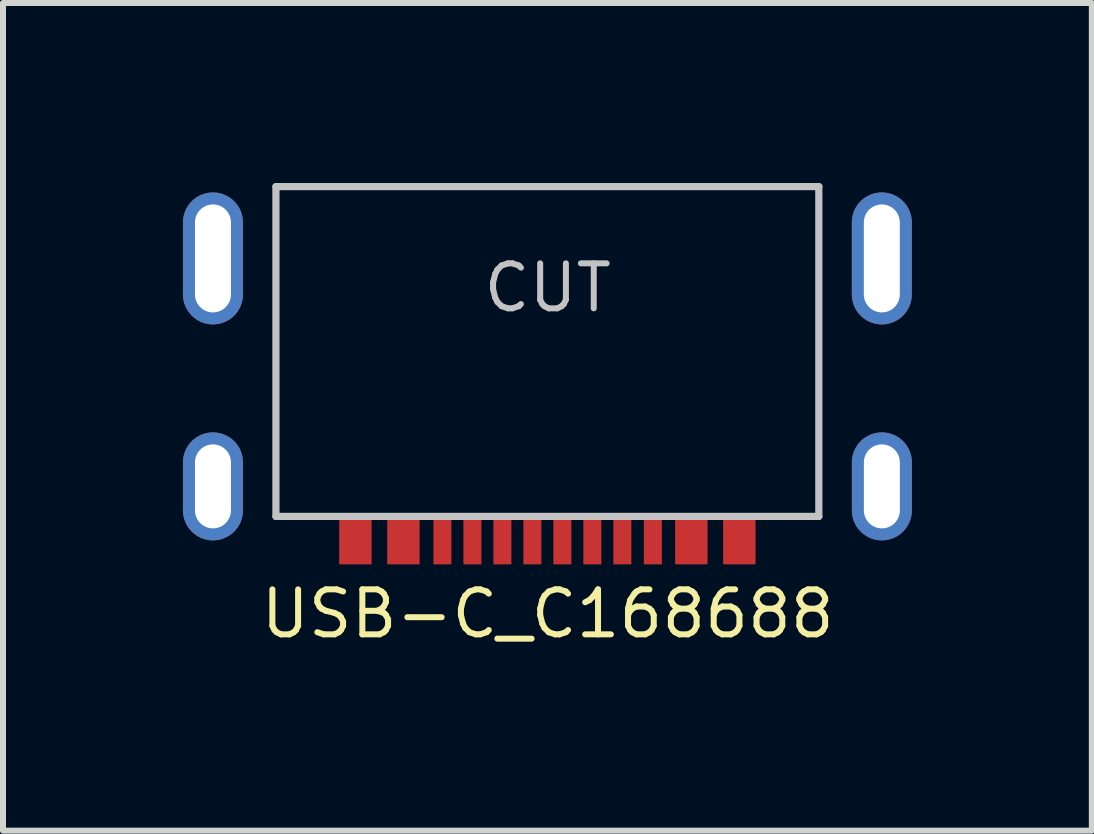
<source format=kicad_pcb>
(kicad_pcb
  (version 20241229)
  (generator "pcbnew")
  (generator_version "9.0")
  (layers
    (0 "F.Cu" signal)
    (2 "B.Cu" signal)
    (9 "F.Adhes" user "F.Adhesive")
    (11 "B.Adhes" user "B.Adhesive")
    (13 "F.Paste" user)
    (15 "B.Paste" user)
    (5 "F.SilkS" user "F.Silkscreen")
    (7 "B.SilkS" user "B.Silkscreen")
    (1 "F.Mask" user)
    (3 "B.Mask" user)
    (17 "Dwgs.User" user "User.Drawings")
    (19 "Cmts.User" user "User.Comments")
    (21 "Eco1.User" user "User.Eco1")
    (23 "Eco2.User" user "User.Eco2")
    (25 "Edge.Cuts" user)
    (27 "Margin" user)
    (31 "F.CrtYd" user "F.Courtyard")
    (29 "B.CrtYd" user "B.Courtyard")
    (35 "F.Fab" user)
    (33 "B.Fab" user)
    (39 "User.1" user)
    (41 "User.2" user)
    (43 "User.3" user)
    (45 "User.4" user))
  (footprint "USB-C_C168688"
    (layer "F.Cu")
    (at 6.08 5.558)
    (property "Reference" "USB-C_C168688" (at 0 1.625 0) (layer "F.SilkS") (effects (font (size 0.75 0.75) (thickness 0.1))))
    (attr through_hole)
    (fp_line (start -4.53 -5.497) (end -4.53 0) (stroke (width 0.12) (type solid)) (layer "Dwgs.User"))
    (fp_line (start -4.53 -5.497) (end 4.52 -5.497) (stroke (width 0.12) (type solid)) (layer "Dwgs.User"))
    (fp_line (start -4.53 0) (end 4.52 0) (stroke (width 0.12) (type solid)) (layer "Dwgs.User"))
    (fp_line (start 4.52 -5.497) (end 4.52 0) (stroke (width 0.12) (type solid)) (layer "Dwgs.User"))
    (fp_text user "CUT" (at 0 -3.81 0) (layer "Dwgs.User") (effects (font (size 0.75 0.75) (thickness 0.1))))
    (pad "A1" smd rect (at -3.205 0.4) (size 0.54 0.8) (layers "F.Cu" "F.Mask" "F.Paste"))
    (pad "A1" smd rect (at 3.195 0.4) (size 0.54 0.8) (layers "F.Cu" "F.Mask" "F.Paste"))
    (pad "A4" smd rect (at -2.405 0.4) (size 0.54 0.8) (layers "F.Cu" "F.Mask" "F.Paste"))
    (pad "A4" smd rect (at 2.395 0.4) (size 0.54 0.8) (layers "F.Cu" "F.Mask" "F.Paste"))
    (pad "A5" smd rect (at 1.245 0.4) (size 0.3 0.8) (layers "F.Cu" "F.Mask" "F.Paste"))
    (pad "A6" smd rect (at 0.245 0.4) (size 0.3 0.8) (layers "F.Cu" "F.Mask" "F.Paste"))
    (pad "A7" smd rect (at -0.255 0.4) (size 0.3 0.8) (layers "F.Cu" "F.Mask" "F.Paste"))
    (pad "A8" smd rect (at -1.255 0.4) (size 0.3 0.8) (layers "F.Cu" "F.Mask" "F.Paste"))
    (pad "B5" smd rect (at -1.755 0.4) (size 0.3 0.8) (layers "F.Cu" "F.Mask" "F.Paste"))
    (pad "B6" smd rect (at -0.755 0.4) (size 0.3 0.8) (layers "F.Cu" "F.Mask" "F.Paste"))
    (pad "B7" smd rect (at 0.745 0.4) (size 0.3 0.8) (layers "F.Cu" "F.Mask" "F.Paste"))
    (pad "B8" smd rect (at 1.753 0.4) (size 0.3 0.8) (layers "F.Cu" "F.Mask" "F.Paste"))
    (pad "S1" thru_hole oval (at -5.58 -4.3) (size 1 2.2) (drill oval 0.6 1.8) (layers "*.Cu" "*.Mask" "F.Paste"))
    (pad "S1" thru_hole oval (at -5.58 -0.5) (size 1 1.8) (drill oval 0.6 1.4) (layers "*.Cu" "*.Mask" "F.Paste"))
    (pad "S1" thru_hole oval (at 5.57 -4.3) (size 1 2.2) (drill oval 0.6 1.8) (layers "*.Cu" "*.Mask" "F.Paste"))
    (pad "S1" thru_hole oval (at 5.571 -0.5) (size 1 1.8) (drill oval 0.6 1.4) (layers "*.Cu" "*.Mask" "F.Paste")))
  (gr_rect
    (start -3 -3)
    (end 15.151 10.797)
    (stroke (width 0.1) (type default))
    (fill no)
    (layer "Edge.Cuts")))
</source>
